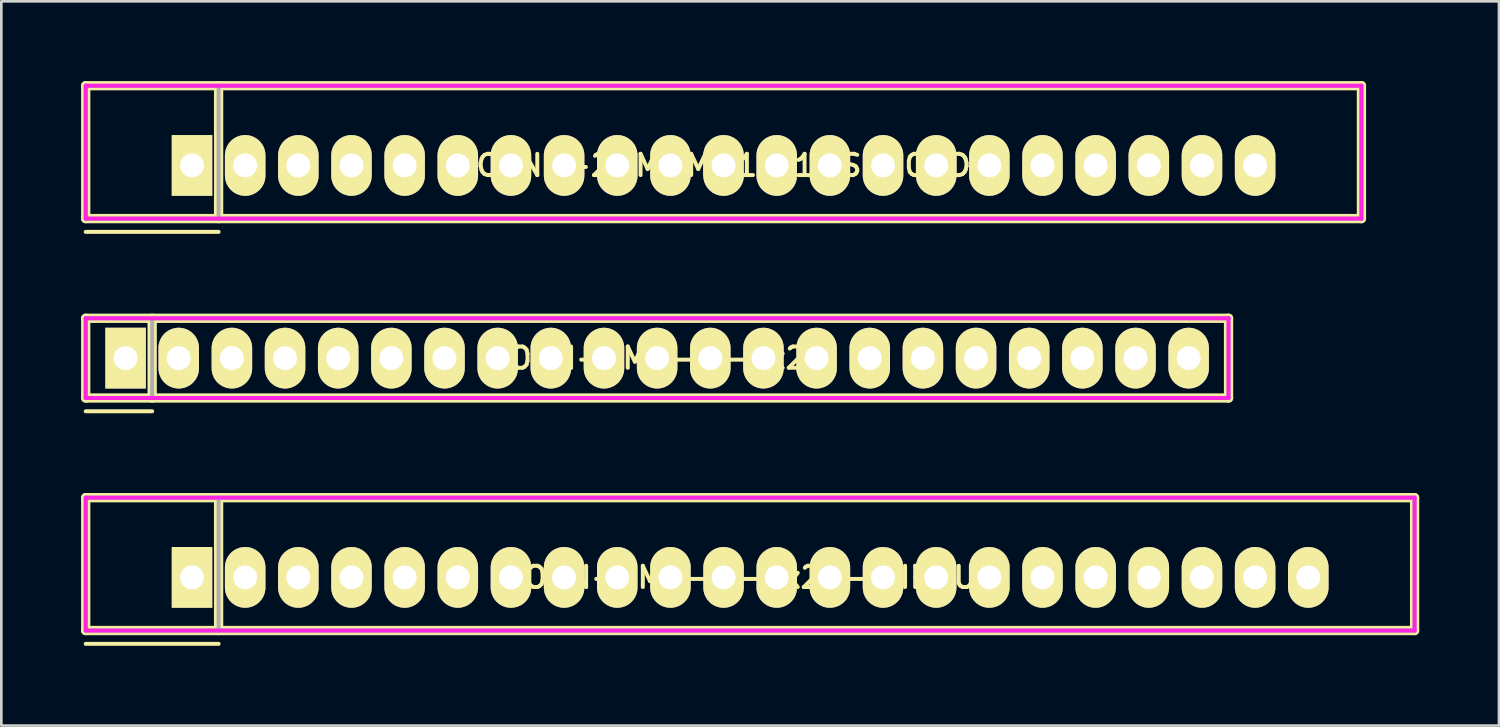
<source format=kicad_pcb>
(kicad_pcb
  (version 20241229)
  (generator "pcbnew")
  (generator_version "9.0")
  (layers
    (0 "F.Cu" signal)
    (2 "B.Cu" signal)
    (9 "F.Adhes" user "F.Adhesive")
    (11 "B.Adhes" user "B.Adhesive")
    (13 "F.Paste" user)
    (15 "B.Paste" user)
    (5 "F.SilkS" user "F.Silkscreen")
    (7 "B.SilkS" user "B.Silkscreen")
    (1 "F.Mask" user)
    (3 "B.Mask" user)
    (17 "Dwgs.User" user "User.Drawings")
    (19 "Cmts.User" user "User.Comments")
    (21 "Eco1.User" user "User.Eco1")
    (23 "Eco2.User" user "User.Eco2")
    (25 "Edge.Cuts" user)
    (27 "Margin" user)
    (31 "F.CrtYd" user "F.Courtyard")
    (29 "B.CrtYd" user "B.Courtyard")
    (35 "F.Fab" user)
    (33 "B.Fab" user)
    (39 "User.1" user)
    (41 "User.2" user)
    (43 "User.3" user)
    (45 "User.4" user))
  (footprint "CONN-2MM-M-1x22-SHROUD"
    (layer "F.Cu")
    (at 25.175 18.675)
    (property "Reference" "CONN-2MM-M-1x22-SHROUD" (at 0 0 0) (layer "F.SilkS") (effects (font (size 0.8 0.8) (thickness 0.15))))
    (attr through_hole)
    (fp_line (start -25 -3) (end 25 -3) (stroke (width 0.35) (type solid)) (layer "F.SilkS"))
    (fp_line (start -25 2) (end -25 -3) (stroke (width 0.35) (type solid)) (layer "F.SilkS"))
    (fp_line (start -25 2.5) (end -20 2.5) (stroke (width 0.15) (type solid)) (layer "F.SilkS"))
    (fp_line (start -20 -3) (end -20 2) (stroke (width 0.35) (type solid)) (layer "F.SilkS"))
    (fp_line (start 25 -3) (end 25 2) (stroke (width 0.35) (type solid)) (layer "F.SilkS"))
    (fp_line (start 25 2) (end -25 2) (stroke (width 0.35) (type solid)) (layer "F.SilkS"))
    (fp_line (start -25 -3) (end 25 -3) (stroke (width 0.15) (type solid)) (layer "F.CrtYd"))
    (fp_line (start -25 2) (end -25 -3) (stroke (width 0.15) (type solid)) (layer "F.CrtYd"))
    (fp_line (start 25 -3) (end 25 2) (stroke (width 0.15) (type solid)) (layer "F.CrtYd"))
    (fp_line (start 25 2) (end -25 2) (stroke (width 0.15) (type solid)) (layer "F.CrtYd"))
    (fp_line (start -25 -3) (end 25 -3) (stroke (width 0.15) (type solid)) (layer "F.Fab"))
    (fp_line (start -25 2) (end -25 -3) (stroke (width 0.15) (type solid)) (layer "F.Fab"))
    (fp_line (start -20 -3) (end -20 2) (stroke (width 0.15) (type solid)) (layer "F.Fab"))
    (fp_line (start 25 -3) (end 25 2) (stroke (width 0.15) (type solid)) (layer "F.Fab"))
    (fp_line (start 25 2) (end -25 2) (stroke (width 0.15) (type solid)) (layer "F.Fab"))
    (pad "1" thru_hole rect (at -21 0) (size 1.524 2.286) (drill 0.9) (layers "*.Cu" "*.Mask" "F.SilkS"))
    (pad "2" thru_hole oval (at -19 0) (size 1.524 2.286) (drill 0.9) (layers "*.Cu" "*.Mask" "F.SilkS"))
    (pad "3" thru_hole oval (at -17 0) (size 1.524 2.286) (drill 0.9) (layers "*.Cu" "*.Mask" "F.SilkS"))
    (pad "4" thru_hole oval (at -15 0) (size 1.524 2.286) (drill 0.9) (layers "*.Cu" "*.Mask" "F.SilkS"))
    (pad "5" thru_hole oval (at -13 0) (size 1.524 2.286) (drill 0.9) (layers "*.Cu" "*.Mask" "F.SilkS"))
    (pad "6" thru_hole oval (at -11 0) (size 1.524 2.286) (drill 0.9) (layers "*.Cu" "*.Mask" "F.SilkS"))
    (pad "7" thru_hole oval (at -9 0) (size 1.524 2.286) (drill 0.9) (layers "*.Cu" "*.Mask" "F.SilkS"))
    (pad "8" thru_hole oval (at -7 0) (size 1.524 2.286) (drill 0.9) (layers "*.Cu" "*.Mask" "F.SilkS"))
    (pad "9" thru_hole oval (at -5 0) (size 1.524 2.286) (drill 0.9) (layers "*.Cu" "*.Mask" "F.SilkS"))
    (pad "10" thru_hole oval (at -3 0) (size 1.524 2.286) (drill 0.9) (layers "*.Cu" "*.Mask" "F.SilkS"))
    (pad "11" thru_hole oval (at -1 0) (size 1.524 2.286) (drill 0.9) (layers "*.Cu" "*.Mask" "F.SilkS"))
    (pad "12" thru_hole oval (at 1 0) (size 1.524 2.286) (drill 0.9) (layers "*.Cu" "*.Mask" "F.SilkS"))
    (pad "13" thru_hole oval (at 3 0) (size 1.524 2.286) (drill 0.9) (layers "*.Cu" "*.Mask" "F.SilkS"))
    (pad "14" thru_hole oval (at 5 0) (size 1.524 2.286) (drill 0.9) (layers "*.Cu" "*.Mask" "F.SilkS"))
    (pad "15" thru_hole oval (at 7 0) (size 1.524 2.286) (drill 0.9) (layers "*.Cu" "*.Mask" "F.SilkS"))
    (pad "16" thru_hole oval (at 9 0) (size 1.524 2.286) (drill 0.9) (layers "*.Cu" "*.Mask" "F.SilkS"))
    (pad "17" thru_hole oval (at 11 0) (size 1.524 2.286) (drill 0.9) (layers "*.Cu" "*.Mask" "F.SilkS"))
    (pad "18" thru_hole oval (at 13 0) (size 1.524 2.286) (drill 0.9) (layers "*.Cu" "*.Mask" "F.SilkS"))
    (pad "19" thru_hole oval (at 15 0) (size 1.524 2.286) (drill 0.9) (layers "*.Cu" "*.Mask" "F.SilkS"))
    (pad "20" thru_hole oval (at 17 0) (size 1.524 2.286) (drill 0.9) (layers "*.Cu" "*.Mask" "F.SilkS"))
    (pad "21" thru_hole oval (at 19 0) (size 1.524 2.286) (drill 0.9) (layers "*.Cu" "*.Mask" "F.SilkS"))
    (pad "22" thru_hole oval (at 21 0) (size 1.524 2.286) (drill 0.9) (layers "*.Cu" "*.Mask" "F.SilkS")))
  (footprint "CONN-2MM-M-1x21"
    (layer "F.Cu")
    (at 21.675 10.425)
    (property "Reference" "CONN-2MM-M-1x21" (at 0 0 0) (layer "F.SilkS") (effects (font (size 0.8 0.8) (thickness 0.15))))
    (attr through_hole)
    (fp_line (start -21.5 -1.5) (end 21.5 -1.5) (stroke (width 0.35) (type solid)) (layer "F.SilkS"))
    (fp_line (start -21.5 1.5) (end -21.5 -1.5) (stroke (width 0.35) (type solid)) (layer "F.SilkS"))
    (fp_line (start -21.5 2) (end -19 2) (stroke (width 0.15) (type solid)) (layer "F.SilkS"))
    (fp_line (start -19 -1.5) (end -19 1.5) (stroke (width 0.35) (type solid)) (layer "F.SilkS"))
    (fp_line (start 21.5 -1.5) (end 21.5 1.5) (stroke (width 0.35) (type solid)) (layer "F.SilkS"))
    (fp_line (start 21.5 1.5) (end -21.5 1.5) (stroke (width 0.35) (type solid)) (layer "F.SilkS"))
    (fp_line (start -21.5 -1.5) (end 21.5 -1.5) (stroke (width 0.15) (type solid)) (layer "F.CrtYd"))
    (fp_line (start -21.5 1.5) (end -21.5 -1.5) (stroke (width 0.15) (type solid)) (layer "F.CrtYd"))
    (fp_line (start 21.5 -1.5) (end 21.5 1.5) (stroke (width 0.15) (type solid)) (layer "F.CrtYd"))
    (fp_line (start 21.5 1.5) (end -21.5 1.5) (stroke (width 0.15) (type solid)) (layer "F.CrtYd"))
    (fp_line (start -21.5 -1.5) (end 21.5 -1.5) (stroke (width 0.15) (type solid)) (layer "F.Fab"))
    (fp_line (start -21.5 1.5) (end -21.5 -1.5) (stroke (width 0.15) (type solid)) (layer "F.Fab"))
    (fp_line (start -19 -1.5) (end -19 1.5) (stroke (width 0.15) (type solid)) (layer "F.Fab"))
    (fp_line (start 21.5 -1.5) (end 21.5 1.5) (stroke (width 0.15) (type solid)) (layer "F.Fab"))
    (fp_line (start 21.5 1.5) (end -21.5 1.5) (stroke (width 0.15) (type solid)) (layer "F.Fab"))
    (pad "1" thru_hole rect (at -20 0) (size 1.524 2.286) (drill 0.9) (layers "*.Cu" "*.Mask" "F.SilkS"))
    (pad "2" thru_hole oval (at -18 0) (size 1.524 2.286) (drill 0.9) (layers "*.Cu" "*.Mask" "F.SilkS"))
    (pad "3" thru_hole oval (at -16 0) (size 1.524 2.286) (drill 0.9) (layers "*.Cu" "*.Mask" "F.SilkS"))
    (pad "4" thru_hole oval (at -14 0) (size 1.524 2.286) (drill 0.9) (layers "*.Cu" "*.Mask" "F.SilkS"))
    (pad "5" thru_hole oval (at -12 0) (size 1.524 2.286) (drill 0.9) (layers "*.Cu" "*.Mask" "F.SilkS"))
    (pad "6" thru_hole oval (at -10 0) (size 1.524 2.286) (drill 0.9) (layers "*.Cu" "*.Mask" "F.SilkS"))
    (pad "7" thru_hole oval (at -8 0) (size 1.524 2.286) (drill 0.9) (layers "*.Cu" "*.Mask" "F.SilkS"))
    (pad "8" thru_hole oval (at -6 0) (size 1.524 2.286) (drill 0.9) (layers "*.Cu" "*.Mask" "F.SilkS"))
    (pad "9" thru_hole oval (at -4 0) (size 1.524 2.286) (drill 0.9) (layers "*.Cu" "*.Mask" "F.SilkS"))
    (pad "10" thru_hole oval (at -2 0) (size 1.524 2.286) (drill 0.9) (layers "*.Cu" "*.Mask" "F.SilkS"))
    (pad "11" thru_hole oval (at 0 0) (size 1.524 2.286) (drill 0.9) (layers "*.Cu" "*.Mask" "F.SilkS"))
    (pad "12" thru_hole oval (at 2 0) (size 1.524 2.286) (drill 0.9) (layers "*.Cu" "*.Mask" "F.SilkS"))
    (pad "13" thru_hole oval (at 4 0) (size 1.524 2.286) (drill 0.9) (layers "*.Cu" "*.Mask" "F.SilkS"))
    (pad "14" thru_hole oval (at 6 0) (size 1.524 2.286) (drill 0.9) (layers "*.Cu" "*.Mask" "F.SilkS"))
    (pad "15" thru_hole oval (at 8 0) (size 1.524 2.286) (drill 0.9) (layers "*.Cu" "*.Mask" "F.SilkS"))
    (pad "16" thru_hole oval (at 10 0) (size 1.524 2.286) (drill 0.9) (layers "*.Cu" "*.Mask" "F.SilkS"))
    (pad "17" thru_hole oval (at 12 0) (size 1.524 2.286) (drill 0.9) (layers "*.Cu" "*.Mask" "F.SilkS"))
    (pad "18" thru_hole oval (at 14 0) (size 1.524 2.286) (drill 0.9) (layers "*.Cu" "*.Mask" "F.SilkS"))
    (pad "19" thru_hole oval (at 16 0) (size 1.524 2.286) (drill 0.9) (layers "*.Cu" "*.Mask" "F.SilkS"))
    (pad "20" thru_hole oval (at 18 0) (size 1.524 2.286) (drill 0.9) (layers "*.Cu" "*.Mask" "F.SilkS"))
    (pad "21" thru_hole oval (at 20 0) (size 1.524 2.286) (drill 0.9) (layers "*.Cu" "*.Mask" "F.SilkS")))
  (footprint "CONN-2MM-M-1x21-SHROUD"
    (layer "F.Cu")
    (at 24.175 3.175)
    (property "Reference" "CONN-2MM-M-1x21-SHROUD" (at 0 0 0) (layer "F.SilkS") (effects (font (size 0.8 0.8) (thickness 0.15))))
    (attr through_hole)
    (fp_line (start -24 -3) (end 24 -3) (stroke (width 0.35) (type solid)) (layer "F.SilkS"))
    (fp_line (start -24 2) (end -24 -3) (stroke (width 0.35) (type solid)) (layer "F.SilkS"))
    (fp_line (start -24 2.5) (end -19 2.5) (stroke (width 0.15) (type solid)) (layer "F.SilkS"))
    (fp_line (start -19 -3) (end -19 2) (stroke (width 0.35) (type solid)) (layer "F.SilkS"))
    (fp_line (start 24 -3) (end 24 2) (stroke (width 0.35) (type solid)) (layer "F.SilkS"))
    (fp_line (start 24 2) (end -24 2) (stroke (width 0.35) (type solid)) (layer "F.SilkS"))
    (fp_line (start -24 -3) (end 24 -3) (stroke (width 0.15) (type solid)) (layer "F.CrtYd"))
    (fp_line (start -24 2) (end -24 -3) (stroke (width 0.15) (type solid)) (layer "F.CrtYd"))
    (fp_line (start 24 -3) (end 24 2) (stroke (width 0.15) (type solid)) (layer "F.CrtYd"))
    (fp_line (start 24 2) (end -24 2) (stroke (width 0.15) (type solid)) (layer "F.CrtYd"))
    (fp_line (start -24 -3) (end 24 -3) (stroke (width 0.15) (type solid)) (layer "F.Fab"))
    (fp_line (start -24 2) (end -24 -3) (stroke (width 0.15) (type solid)) (layer "F.Fab"))
    (fp_line (start -19 -3) (end -19 2) (stroke (width 0.15) (type solid)) (layer "F.Fab"))
    (fp_line (start 24 -3) (end 24 2) (stroke (width 0.15) (type solid)) (layer "F.Fab"))
    (fp_line (start 24 2) (end -24 2) (stroke (width 0.15) (type solid)) (layer "F.Fab"))
    (pad "1" thru_hole rect (at -20 0) (size 1.524 2.286) (drill 0.9) (layers "*.Cu" "*.Mask" "F.SilkS"))
    (pad "2" thru_hole oval (at -18 0) (size 1.524 2.286) (drill 0.9) (layers "*.Cu" "*.Mask" "F.SilkS"))
    (pad "3" thru_hole oval (at -16 0) (size 1.524 2.286) (drill 0.9) (layers "*.Cu" "*.Mask" "F.SilkS"))
    (pad "4" thru_hole oval (at -14 0) (size 1.524 2.286) (drill 0.9) (layers "*.Cu" "*.Mask" "F.SilkS"))
    (pad "5" thru_hole oval (at -12 0) (size 1.524 2.286) (drill 0.9) (layers "*.Cu" "*.Mask" "F.SilkS"))
    (pad "6" thru_hole oval (at -10 0) (size 1.524 2.286) (drill 0.9) (layers "*.Cu" "*.Mask" "F.SilkS"))
    (pad "7" thru_hole oval (at -8 0) (size 1.524 2.286) (drill 0.9) (layers "*.Cu" "*.Mask" "F.SilkS"))
    (pad "8" thru_hole oval (at -6 0) (size 1.524 2.286) (drill 0.9) (layers "*.Cu" "*.Mask" "F.SilkS"))
    (pad "9" thru_hole oval (at -4 0) (size 1.524 2.286) (drill 0.9) (layers "*.Cu" "*.Mask" "F.SilkS"))
    (pad "10" thru_hole oval (at -2 0) (size 1.524 2.286) (drill 0.9) (layers "*.Cu" "*.Mask" "F.SilkS"))
    (pad "11" thru_hole oval (at 0 0) (size 1.524 2.286) (drill 0.9) (layers "*.Cu" "*.Mask" "F.SilkS"))
    (pad "12" thru_hole oval (at 2 0) (size 1.524 2.286) (drill 0.9) (layers "*.Cu" "*.Mask" "F.SilkS"))
    (pad "13" thru_hole oval (at 4 0) (size 1.524 2.286) (drill 0.9) (layers "*.Cu" "*.Mask" "F.SilkS"))
    (pad "14" thru_hole oval (at 6 0) (size 1.524 2.286) (drill 0.9) (layers "*.Cu" "*.Mask" "F.SilkS"))
    (pad "15" thru_hole oval (at 8 0) (size 1.524 2.286) (drill 0.9) (layers "*.Cu" "*.Mask" "F.SilkS"))
    (pad "16" thru_hole oval (at 10 0) (size 1.524 2.286) (drill 0.9) (layers "*.Cu" "*.Mask" "F.SilkS"))
    (pad "17" thru_hole oval (at 12 0) (size 1.524 2.286) (drill 0.9) (layers "*.Cu" "*.Mask" "F.SilkS"))
    (pad "18" thru_hole oval (at 14 0) (size 1.524 2.286) (drill 0.9) (layers "*.Cu" "*.Mask" "F.SilkS"))
    (pad "19" thru_hole oval (at 16 0) (size 1.524 2.286) (drill 0.9) (layers "*.Cu" "*.Mask" "F.SilkS"))
    (pad "20" thru_hole oval (at 18 0) (size 1.524 2.286) (drill 0.9) (layers "*.Cu" "*.Mask" "F.SilkS"))
    (pad "21" thru_hole oval (at 20 0) (size 1.524 2.286) (drill 0.9) (layers "*.Cu" "*.Mask" "F.SilkS")))
  (gr_rect
    (start -3 -3)
    (end 53.35 24.25)
    (stroke (width 0.1) (type default))
    (fill no)
    (layer "Edge.Cuts")))
</source>
